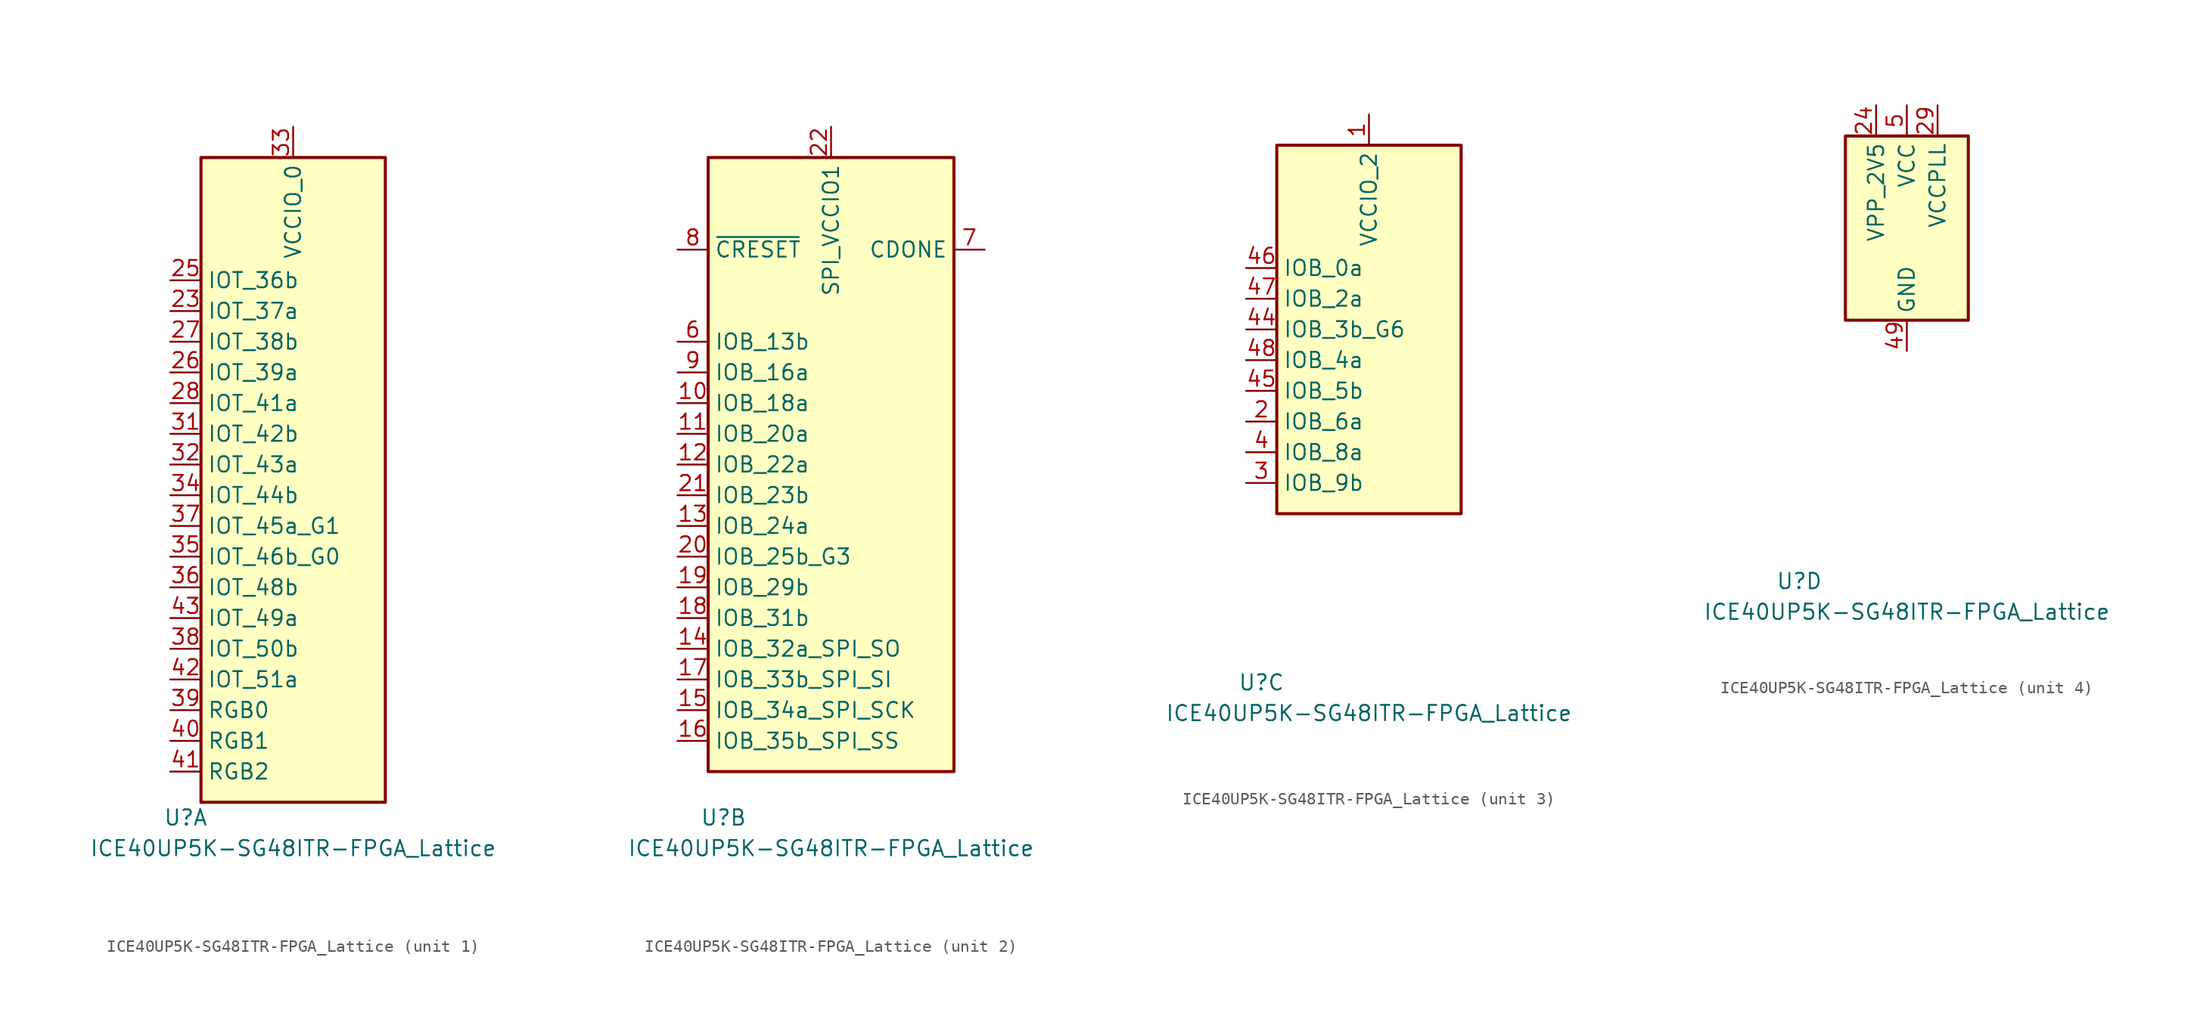
<source format=kicad_sym>
(kicad_symbol_lib
  (version 20220914)
  (generator kicad_symbol_editor)
  (symbol "ICE40UP5K-SG48ITR-FPGA_Lattice"
    (property "Reference" "U"
      (at -8.89 -29.21 0)
      (effects (font (size 1.27 1.27))))
    (property "Value" "ICE40UP5K-SG48ITR-FPGA_Lattice"
      (at 0 -31.75 0)
      (effects (font (size 1.27 1.27))))
    (property "ki_locked" ""
      (at 0 0 0)
      (effects (font (size 1.27 1.27))))
    (symbol "ICE40UP5K-SG48ITR-FPGA_Lattice_1_1"
      (rectangle (start -7.62 25.4) (end 7.62 -27.94) (stroke (width 0.254) (type solid)) (fill (type background)))
      (pin bidirectional line (at -10.16 12.7 0) (length 2.54) (name "IOT_37a" (effects (font (size 1.27 1.27)))) (number "23" (effects (font (size 1.27 1.27)))))
      (pin bidirectional line (at -10.16 15.24 0) (length 2.54) (name "IOT_36b" (effects (font (size 1.27 1.27)))) (number "25" (effects (font (size 1.27 1.27)))))
      (pin bidirectional line (at -10.16 7.62 0) (length 2.54) (name "IOT_39a" (effects (font (size 1.27 1.27)))) (number "26" (effects (font (size 1.27 1.27)))))
      (pin bidirectional line (at -10.16 10.16 0) (length 2.54) (name "IOT_38b" (effects (font (size 1.27 1.27)))) (number "27" (effects (font (size 1.27 1.27)))))
      (pin bidirectional line (at -10.16 5.08 0) (length 2.54) (name "IOT_41a" (effects (font (size 1.27 1.27)))) (number "28" (effects (font (size 1.27 1.27)))))
      (pin bidirectional line (at -10.16 2.54 0) (length 2.54) (name "IOT_42b" (effects (font (size 1.27 1.27)))) (number "31" (effects (font (size 1.27 1.27)))))
      (pin bidirectional line (at -10.16 0 0) (length 2.54) (name "IOT_43a" (effects (font (size 1.27 1.27)))) (number "32" (effects (font (size 1.27 1.27)))))
      (pin power_in line (at 0 27.94 270) (length 2.54) (name "VCCIO_0" (effects (font (size 1.27 1.27)))) (number "33" (effects (font (size 1.27 1.27)))))
      (pin bidirectional line (at -10.16 -2.54 0) (length 2.54) (name "IOT_44b" (effects (font (size 1.27 1.27)))) (number "34" (effects (font (size 1.27 1.27)))))
      (pin bidirectional line (at -10.16 -7.62 0) (length 2.54) (name "IOT_46b_G0" (effects (font (size 1.27 1.27)))) (number "35" (effects (font (size 1.27 1.27)))))
      (pin bidirectional line (at -10.16 -10.16 0) (length 2.54) (name "IOT_48b" (effects (font (size 1.27 1.27)))) (number "36" (effects (font (size 1.27 1.27)))))
      (pin bidirectional line (at -10.16 -5.08 0) (length 2.54) (name "IOT_45a_G1" (effects (font (size 1.27 1.27)))) (number "37" (effects (font (size 1.27 1.27)))))
      (pin bidirectional line (at -10.16 -15.24 0) (length 2.54) (name "IOT_50b" (effects (font (size 1.27 1.27)))) (number "38" (effects (font (size 1.27 1.27)))))
      (pin open_collector line (at -10.16 -20.32 0) (length 2.54) (name "RGB0" (effects (font (size 1.27 1.27)))) (number "39" (effects (font (size 1.27 1.27)))))
      (pin open_collector line (at -10.16 -22.86 0) (length 2.54) (name "RGB1" (effects (font (size 1.27 1.27)))) (number "40" (effects (font (size 1.27 1.27)))))
      (pin open_collector line (at -10.16 -25.4 0) (length 2.54) (name "RGB2" (effects (font (size 1.27 1.27)))) (number "41" (effects (font (size 1.27 1.27)))))
      (pin bidirectional line (at -10.16 -17.78 0) (length 2.54) (name "IOT_51a" (effects (font (size 1.27 1.27)))) (number "42" (effects (font (size 1.27 1.27)))))
      (pin bidirectional line (at -10.16 -12.7 0) (length 2.54) (name "IOT_49a" (effects (font (size 1.27 1.27)))) (number "43" (effects (font (size 1.27 1.27))))))
    (symbol "ICE40UP5K-SG48ITR-FPGA_Lattice_2_1"
      (rectangle (start -10.16 25.4) (end 10.16 -25.4) (stroke (width 0.254) (type solid)) (fill (type background)))
      (pin bidirectional line (at -12.7 5.08 0) (length 2.54) (name "IOB_18a" (effects (font (size 1.27 1.27)))) (number "10" (effects (font (size 1.27 1.27)))))
      (pin bidirectional line (at -12.7 2.54 0) (length 2.54) (name "IOB_20a" (effects (font (size 1.27 1.27)))) (number "11" (effects (font (size 1.27 1.27)))))
      (pin bidirectional line (at -12.7 0 0) (length 2.54) (name "IOB_22a" (effects (font (size 1.27 1.27)))) (number "12" (effects (font (size 1.27 1.27)))))
      (pin bidirectional line (at -12.7 -5.08 0) (length 2.54) (name "IOB_24a" (effects (font (size 1.27 1.27)))) (number "13" (effects (font (size 1.27 1.27)))))
      (pin bidirectional line (at -12.7 -15.24 0) (length 2.54) (name "IOB_32a_SPI_SO" (effects (font (size 1.27 1.27)))) (number "14" (effects (font (size 1.27 1.27)))))
      (pin bidirectional line (at -12.7 -20.32 0) (length 2.54) (name "IOB_34a_SPI_SCK" (effects (font (size 1.27 1.27)))) (number "15" (effects (font (size 1.27 1.27)))))
      (pin bidirectional line (at -12.7 -22.86 0) (length 2.54) (name "IOB_35b_SPI_SS" (effects (font (size 1.27 1.27)))) (number "16" (effects (font (size 1.27 1.27)))))
      (pin bidirectional line (at -12.7 -17.78 0) (length 2.54) (name "IOB_33b_SPI_SI" (effects (font (size 1.27 1.27)))) (number "17" (effects (font (size 1.27 1.27)))))
      (pin bidirectional line (at -12.7 -12.7 0) (length 2.54) (name "IOB_31b" (effects (font (size 1.27 1.27)))) (number "18" (effects (font (size 1.27 1.27)))))
      (pin bidirectional line (at -12.7 -10.16 0) (length 2.54) (name "IOB_29b" (effects (font (size 1.27 1.27)))) (number "19" (effects (font (size 1.27 1.27)))))
      (pin bidirectional line (at -12.7 -7.62 0) (length 2.54) (name "IOB_25b_G3" (effects (font (size 1.27 1.27)))) (number "20" (effects (font (size 1.27 1.27)))))
      (pin bidirectional line (at -12.7 -2.54 0) (length 2.54) (name "IOB_23b" (effects (font (size 1.27 1.27)))) (number "21" (effects (font (size 1.27 1.27)))))
      (pin power_in line (at 0 27.94 270) (length 2.54) (name "SPI_VCCIO1" (effects (font (size 1.27 1.27)))) (number "22" (effects (font (size 1.27 1.27)))))
      (pin bidirectional line (at -12.7 10.16 0) (length 2.54) (name "IOB_13b" (effects (font (size 1.27 1.27)))) (number "6" (effects (font (size 1.27 1.27)))))
      (pin open_collector line (at 12.7 17.78 180) (length 2.54) (name "CDONE" (effects (font (size 1.27 1.27)))) (number "7" (effects (font (size 1.27 1.27)))))
      (pin input line (at -12.7 17.78 0) (length 2.54) (name "~{CRESET}" (effects (font (size 1.27 1.27)))) (number "8" (effects (font (size 1.27 1.27)))))
      (pin bidirectional line (at -12.7 7.62 0) (length 2.54) (name "IOB_16a" (effects (font (size 1.27 1.27)))) (number "9" (effects (font (size 1.27 1.27))))))
    (symbol "ICE40UP5K-SG48ITR-FPGA_Lattice_3_1"
      (rectangle (start -7.62 15.24) (end 7.62 -15.24) (stroke (width 0.254) (type solid)) (fill (type background)))
      (pin power_in line (at 0 17.78 270) (length 2.54) (name "VCCIO_2" (effects (font (size 1.27 1.27)))) (number "1" (effects (font (size 1.27 1.27)))))
      (pin bidirectional line (at -10.16 -7.62 0) (length 2.54) (name "IOB_6a" (effects (font (size 1.27 1.27)))) (number "2" (effects (font (size 1.27 1.27)))))
      (pin bidirectional line (at -10.16 -12.7 0) (length 2.54) (name "IOB_9b" (effects (font (size 1.27 1.27)))) (number "3" (effects (font (size 1.27 1.27)))))
      (pin bidirectional line (at -10.16 -10.16 0) (length 2.54) (name "IOB_8a" (effects (font (size 1.27 1.27)))) (number "4" (effects (font (size 1.27 1.27)))))
      (pin bidirectional line (at -10.16 0 0) (length 2.54) (name "IOB_3b_G6" (effects (font (size 1.27 1.27)))) (number "44" (effects (font (size 1.27 1.27)))))
      (pin bidirectional line (at -10.16 -5.08 0) (length 2.54) (name "IOB_5b" (effects (font (size 1.27 1.27)))) (number "45" (effects (font (size 1.27 1.27)))))
      (pin bidirectional line (at -10.16 5.08 0) (length 2.54) (name "IOB_0a" (effects (font (size 1.27 1.27)))) (number "46" (effects (font (size 1.27 1.27)))))
      (pin bidirectional line (at -10.16 2.54 0) (length 2.54) (name "IOB_2a" (effects (font (size 1.27 1.27)))) (number "47" (effects (font (size 1.27 1.27)))))
      (pin bidirectional line (at -10.16 -2.54 0) (length 2.54) (name "IOB_4a" (effects (font (size 1.27 1.27)))) (number "48" (effects (font (size 1.27 1.27))))))
    (symbol "ICE40UP5K-SG48ITR-FPGA_Lattice_4_1"
      (rectangle (start -5.08 7.62) (end 5.08 -7.62) (stroke (width 0.254) (type solid)) (fill (type background)))
      (pin power_in line (at -2.54 10.16 270) (length 2.54) (name "VPP_2V5" (effects (font (size 1.27 1.27)))) (number "24" (effects (font (size 1.27 1.27)))))
      (pin power_out line (at 2.54 10.16 270) (length 2.54) (name "VCCPLL" (effects (font (size 1.27 1.27)))) (number "29" (effects (font (size 1.27 1.27)))))
      (pin passive line (at 0 10.16 270) (length 2.54) hide (name "VCC" (effects (font (size 1.27 1.27)))) (number "30" (effects (font (size 1.27 1.27)))))
      (pin power_in line (at 0 -10.16 90) (length 2.54) (name "GND" (effects (font (size 1.27 1.27)))) (number "49" (effects (font (size 1.27 1.27)))))
      (pin power_in line (at 0 10.16 270) (length 2.54) (name "VCC" (effects (font (size 1.27 1.27)))) (number "5" (effects (font (size 1.27 1.27))))))))
</source>
